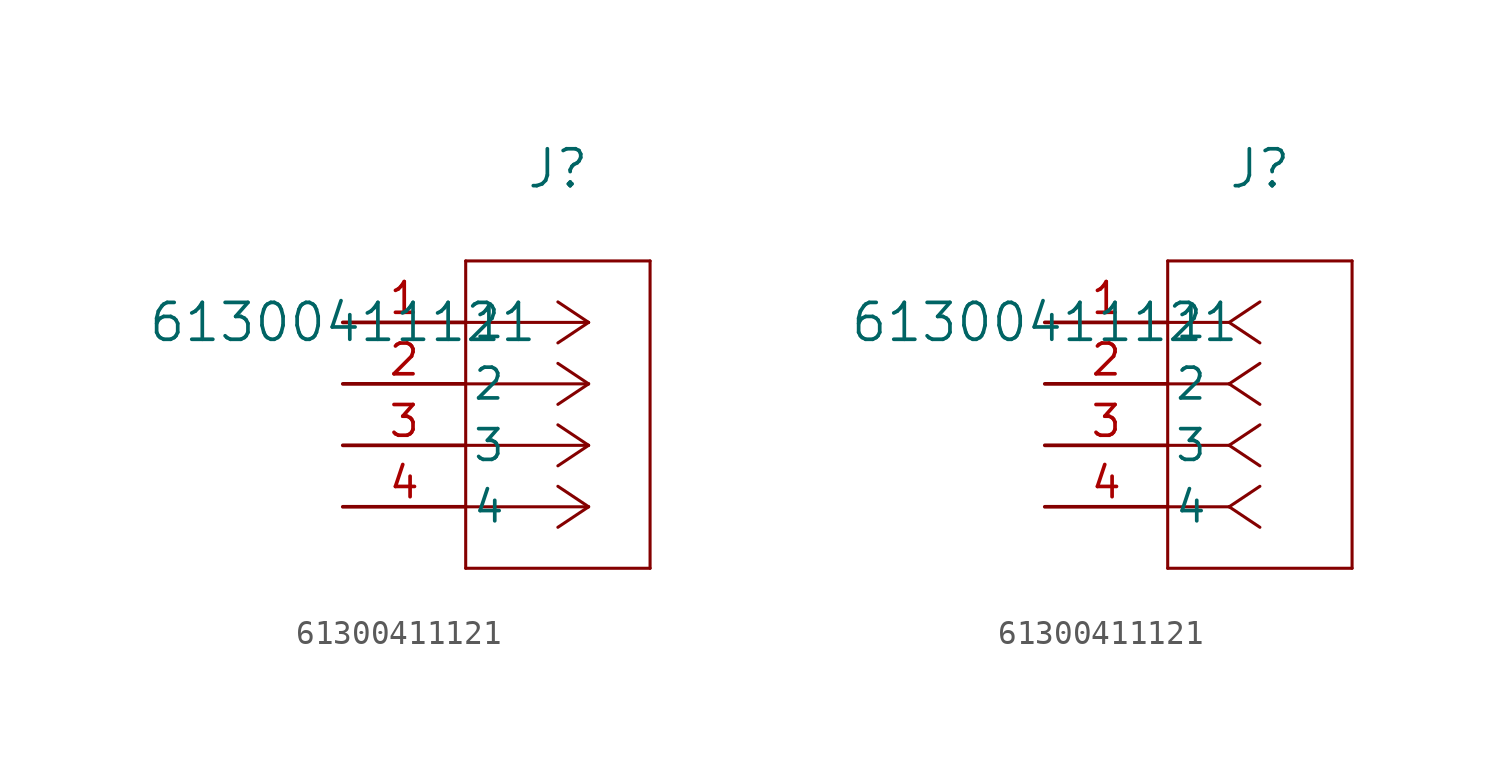
<source format=kicad_sym>
(kicad_symbol_lib
  (version 20211014)
  (generator kicad_symbol_editor)
  (symbol "61300411121"
    (pin_names
      (offset 0.254))
    (property "Reference" "J"
      (at 8.89 6.35 0)
      (effects (font (size 1.524 1.524))))
    (property "Value" "61300411121"
      (at 0 0 0)
      (effects (font (size 1.524 1.524))))
    (symbol "61300411121_1_1"
      (polyline (pts (xy 10.16 0) (xy 5.08 0)) (stroke (width 0.127) (type default) (color 0 0 0 0)) (fill (type none)))
      (polyline (pts (xy 10.16 -2.54) (xy 5.08 -2.54)) (stroke (width 0.127) (type default) (color 0 0 0 0)) (fill (type none)))
      (polyline (pts (xy 10.16 -5.08) (xy 5.08 -5.08)) (stroke (width 0.127) (type default) (color 0 0 0 0)) (fill (type none)))
      (polyline (pts (xy 10.16 -7.62) (xy 5.08 -7.62)) (stroke (width 0.127) (type default) (color 0 0 0 0)) (fill (type none)))
      (polyline (pts (xy 10.16 0) (xy 8.89 0.847)) (stroke (width 0.127) (type default) (color 0 0 0 0)) (fill (type none)))
      (polyline (pts (xy 10.16 -2.54) (xy 8.89 -1.693)) (stroke (width 0.127) (type default) (color 0 0 0 0)) (fill (type none)))
      (polyline (pts (xy 10.16 -5.08) (xy 8.89 -4.233)) (stroke (width 0.127) (type default) (color 0 0 0 0)) (fill (type none)))
      (polyline (pts (xy 10.16 -7.62) (xy 8.89 -6.773)) (stroke (width 0.127) (type default) (color 0 0 0 0)) (fill (type none)))
      (polyline (pts (xy 10.16 0) (xy 8.89 -0.847)) (stroke (width 0.127) (type default) (color 0 0 0 0)) (fill (type none)))
      (polyline (pts (xy 10.16 -2.54) (xy 8.89 -3.387)) (stroke (width 0.127) (type default) (color 0 0 0 0)) (fill (type none)))
      (polyline (pts (xy 10.16 -5.08) (xy 8.89 -5.927)) (stroke (width 0.127) (type default) (color 0 0 0 0)) (fill (type none)))
      (polyline (pts (xy 10.16 -7.62) (xy 8.89 -8.467)) (stroke (width 0.127) (type default) (color 0 0 0 0)) (fill (type none)))
      (polyline (pts (xy 5.08 2.54) (xy 5.08 -10.16)) (stroke (width 0.127) (type default) (color 0 0 0 0)) (fill (type none)))
      (polyline (pts (xy 5.08 -10.16) (xy 12.7 -10.16)) (stroke (width 0.127) (type default) (color 0 0 0 0)) (fill (type none)))
      (polyline (pts (xy 12.7 -10.16) (xy 12.7 2.54)) (stroke (width 0.127) (type default) (color 0 0 0 0)) (fill (type none)))
      (polyline (pts (xy 12.7 2.54) (xy 5.08 2.54)) (stroke (width 0.127) (type default) (color 0 0 0 0)) (fill (type none)))
      (pin unspecified line (at 0 0 0) (length 5.08) (name "1" (effects (font (size 1.27 1.27)))) (number "1" (effects (font (size 1.27 1.27)))))
      (pin unspecified line (at 0 -2.54 0) (length 5.08) (name "2" (effects (font (size 1.27 1.27)))) (number "2" (effects (font (size 1.27 1.27)))))
      (pin unspecified line (at 0 -5.08 0) (length 5.08) (name "3" (effects (font (size 1.27 1.27)))) (number "3" (effects (font (size 1.27 1.27)))))
      (pin unspecified line (at 0 -7.62 0) (length 5.08) (name "4" (effects (font (size 1.27 1.27)))) (number "4" (effects (font (size 1.27 1.27))))))
    (symbol "61300411121_1_2"
      (polyline (pts (xy 7.62 0) (xy 5.08 0)) (stroke (width 0.127) (type default) (color 0 0 0 0)) (fill (type none)))
      (polyline (pts (xy 7.62 -2.54) (xy 5.08 -2.54)) (stroke (width 0.127) (type default) (color 0 0 0 0)) (fill (type none)))
      (polyline (pts (xy 7.62 -5.08) (xy 5.08 -5.08)) (stroke (width 0.127) (type default) (color 0 0 0 0)) (fill (type none)))
      (polyline (pts (xy 7.62 -7.62) (xy 5.08 -7.62)) (stroke (width 0.127) (type default) (color 0 0 0 0)) (fill (type none)))
      (polyline (pts (xy 7.62 0) (xy 8.89 0.847)) (stroke (width 0.127) (type default) (color 0 0 0 0)) (fill (type none)))
      (polyline (pts (xy 7.62 -2.54) (xy 8.89 -1.693)) (stroke (width 0.127) (type default) (color 0 0 0 0)) (fill (type none)))
      (polyline (pts (xy 7.62 -5.08) (xy 8.89 -4.233)) (stroke (width 0.127) (type default) (color 0 0 0 0)) (fill (type none)))
      (polyline (pts (xy 7.62 -7.62) (xy 8.89 -6.773)) (stroke (width 0.127) (type default) (color 0 0 0 0)) (fill (type none)))
      (polyline (pts (xy 7.62 0) (xy 8.89 -0.847)) (stroke (width 0.127) (type default) (color 0 0 0 0)) (fill (type none)))
      (polyline (pts (xy 7.62 -2.54) (xy 8.89 -3.387)) (stroke (width 0.127) (type default) (color 0 0 0 0)) (fill (type none)))
      (polyline (pts (xy 7.62 -5.08) (xy 8.89 -5.927)) (stroke (width 0.127) (type default) (color 0 0 0 0)) (fill (type none)))
      (polyline (pts (xy 7.62 -7.62) (xy 8.89 -8.467)) (stroke (width 0.127) (type default) (color 0 0 0 0)) (fill (type none)))
      (polyline (pts (xy 5.08 2.54) (xy 5.08 -10.16)) (stroke (width 0.127) (type default) (color 0 0 0 0)) (fill (type none)))
      (polyline (pts (xy 5.08 -10.16) (xy 12.7 -10.16)) (stroke (width 0.127) (type default) (color 0 0 0 0)) (fill (type none)))
      (polyline (pts (xy 12.7 -10.16) (xy 12.7 2.54)) (stroke (width 0.127) (type default) (color 0 0 0 0)) (fill (type none)))
      (polyline (pts (xy 12.7 2.54) (xy 5.08 2.54)) (stroke (width 0.127) (type default) (color 0 0 0 0)) (fill (type none)))
      (pin unspecified line (at 0 0 0) (length 5.08) (name "1" (effects (font (size 1.27 1.27)))) (number "1" (effects (font (size 1.27 1.27)))))
      (pin unspecified line (at 0 -2.54 0) (length 5.08) (name "2" (effects (font (size 1.27 1.27)))) (number "2" (effects (font (size 1.27 1.27)))))
      (pin unspecified line (at 0 -5.08 0) (length 5.08) (name "3" (effects (font (size 1.27 1.27)))) (number "3" (effects (font (size 1.27 1.27)))))
      (pin unspecified line (at 0 -7.62 0) (length 5.08) (name "4" (effects (font (size 1.27 1.27)))) (number "4" (effects (font (size 1.27 1.27))))))))
</source>
